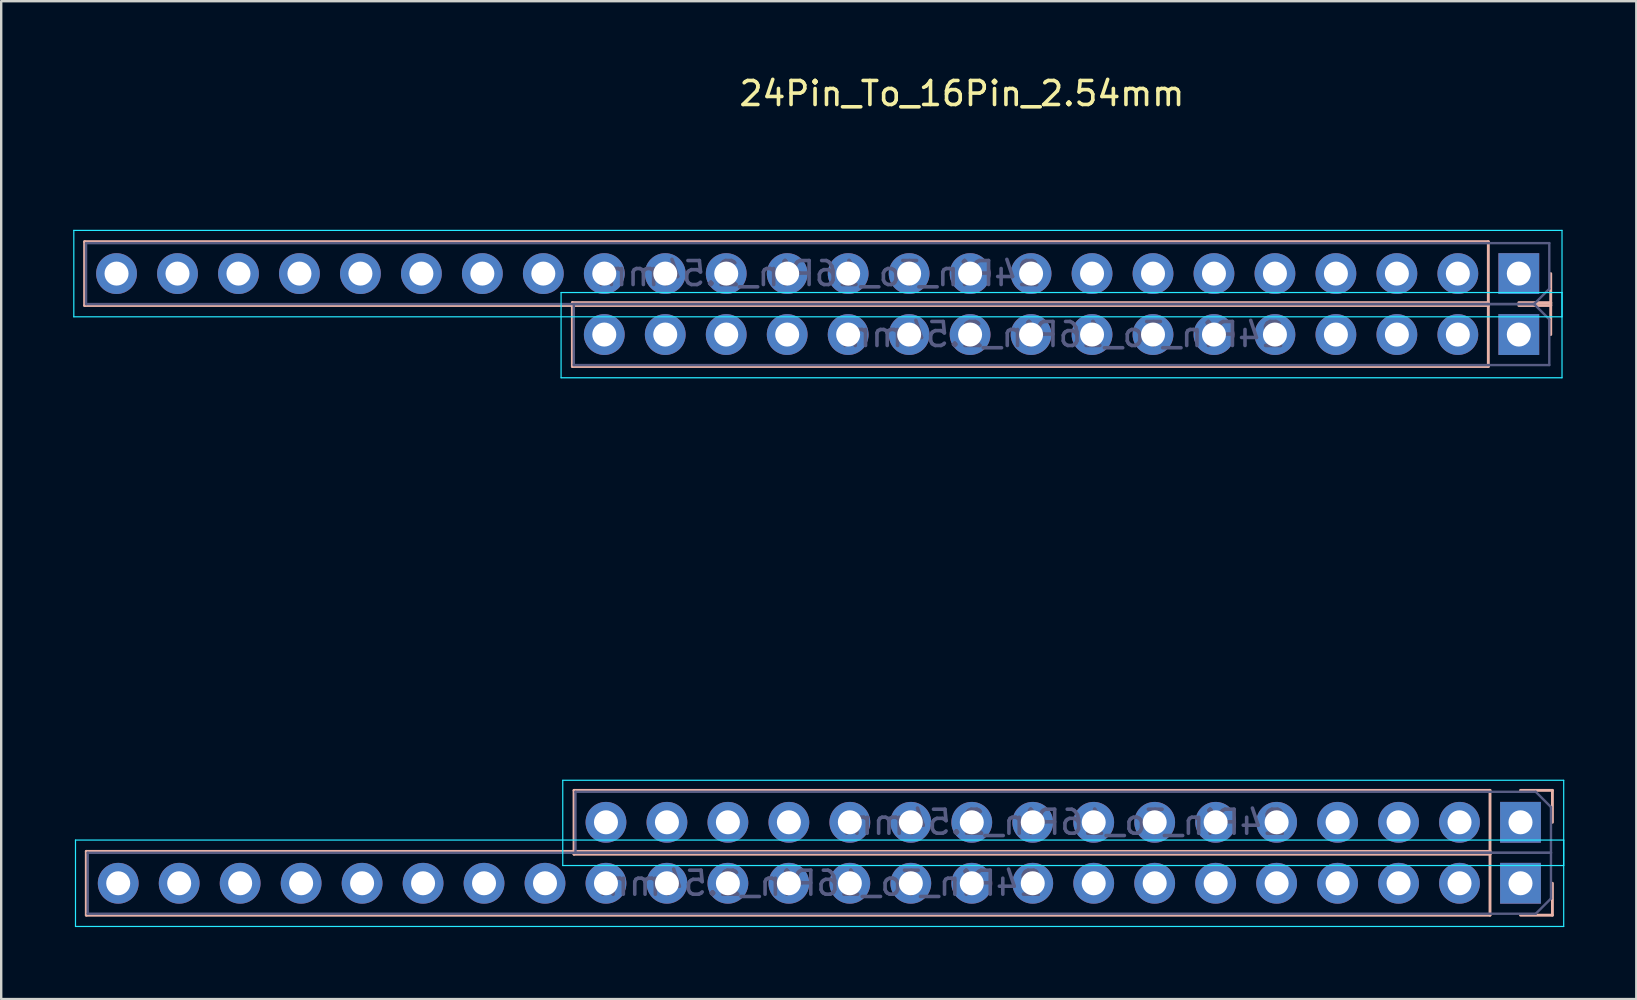
<source format=kicad_pcb>
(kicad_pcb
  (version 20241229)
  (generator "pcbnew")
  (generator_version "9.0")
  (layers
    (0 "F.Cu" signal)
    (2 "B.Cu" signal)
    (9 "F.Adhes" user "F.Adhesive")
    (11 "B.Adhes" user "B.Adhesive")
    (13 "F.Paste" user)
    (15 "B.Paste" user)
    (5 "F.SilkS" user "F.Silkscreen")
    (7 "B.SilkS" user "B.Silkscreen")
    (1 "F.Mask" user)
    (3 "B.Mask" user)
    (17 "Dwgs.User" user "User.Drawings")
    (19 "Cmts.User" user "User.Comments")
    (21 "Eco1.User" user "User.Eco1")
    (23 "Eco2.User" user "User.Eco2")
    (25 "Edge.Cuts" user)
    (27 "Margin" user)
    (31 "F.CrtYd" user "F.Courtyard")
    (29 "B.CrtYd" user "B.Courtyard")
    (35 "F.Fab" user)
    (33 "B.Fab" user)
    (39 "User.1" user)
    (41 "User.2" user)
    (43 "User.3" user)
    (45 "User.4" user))
  (footprint "24Pin_To_16Pin_2.54mm"
    (layer "F.Cu")
    (at 37.025 21.348)
    (property "Reference" "24Pin_To_16Pin_2.54mm" (at 0 -20.5 0) (unlocked yes) (layer "F.SilkS") (effects (font (size 1 1) (thickness 0.15))))
    (attr through_hole)
    (fp_line (start -36.55 -11.67) (end -36.55 -14.33) (stroke (width 0.12) (type solid)) (layer "B.SilkS"))
    (fp_line (start -36.48 13.73) (end -36.48 11.07) (stroke (width 0.12) (type solid)) (layer "B.SilkS"))
    (fp_line (start -16.23 -9.13) (end -16.23 -11.79) (stroke (width 0.12) (type solid)) (layer "B.SilkS"))
    (fp_line (start -16.16 11.19) (end -16.16 8.53) (stroke (width 0.12) (type solid)) (layer "B.SilkS"))
    (fp_line (start 21.93 -14.33) (end -36.55 -14.33) (stroke (width 0.12) (type solid)) (layer "B.SilkS"))
    (fp_line (start 21.93 -11.79) (end -16.23 -11.79) (stroke (width 0.12) (type solid)) (layer "B.SilkS"))
    (fp_line (start 21.93 -11.67) (end -36.55 -11.67) (stroke (width 0.12) (type solid)) (layer "B.SilkS"))
    (fp_line (start 21.93 -11.67) (end 21.93 -14.33) (stroke (width 0.12) (type solid)) (layer "B.SilkS"))
    (fp_line (start 21.93 -9.13) (end -16.23 -9.13) (stroke (width 0.12) (type solid)) (layer "B.SilkS"))
    (fp_line (start 21.93 -9.13) (end 21.93 -11.79) (stroke (width 0.12) (type solid)) (layer "B.SilkS"))
    (fp_line (start 22 8.53) (end -16.16 8.53) (stroke (width 0.12) (type solid)) (layer "B.SilkS"))
    (fp_line (start 22 11.07) (end -36.48 11.07) (stroke (width 0.12) (type solid)) (layer "B.SilkS"))
    (fp_line (start 22 11.19) (end -16.16 11.19) (stroke (width 0.12) (type solid)) (layer "B.SilkS"))
    (fp_line (start 22 11.19) (end 22 8.53) (stroke (width 0.12) (type solid)) (layer "B.SilkS"))
    (fp_line (start 22 13.73) (end -36.48 13.73) (stroke (width 0.12) (type solid)) (layer "B.SilkS"))
    (fp_line (start 22 13.73) (end 22 11.07) (stroke (width 0.12) (type solid)) (layer "B.SilkS"))
    (fp_line (start 23.2 -11.67) (end 24.53 -11.67) (stroke (width 0.12) (type solid)) (layer "B.SilkS"))
    (fp_line (start 23.27 13.73) (end 24.6 13.73) (stroke (width 0.12) (type solid)) (layer "B.SilkS"))
    (fp_line (start 24.53 -11.79) (end 23.2 -11.79) (stroke (width 0.12) (type solid)) (layer "B.SilkS"))
    (fp_line (start 24.53 -11.67) (end 24.53 -13) (stroke (width 0.12) (type solid)) (layer "B.SilkS"))
    (fp_line (start 24.53 -10.46) (end 24.53 -11.79) (stroke (width 0.12) (type solid)) (layer "B.SilkS"))
    (fp_line (start 24.6 8.53) (end 23.27 8.53) (stroke (width 0.12) (type solid)) (layer "B.SilkS"))
    (fp_line (start 24.6 9.86) (end 24.6 8.53) (stroke (width 0.12) (type solid)) (layer "B.SilkS"))
    (fp_line (start 24.6 13.73) (end 24.6 12.4) (stroke (width 0.12) (type solid)) (layer "B.SilkS"))
    (fp_line (start -37 -14.8) (end 25 -14.8) (stroke (width 0.05) (type solid)) (layer "B.CrtYd"))
    (fp_line (start -37 -11.2) (end -37 -14.8) (stroke (width 0.05) (type solid)) (layer "B.CrtYd"))
    (fp_line (start -36.93 10.6) (end 25.07 10.6) (stroke (width 0.05) (type solid)) (layer "B.CrtYd"))
    (fp_line (start -36.93 14.2) (end -36.93 10.6) (stroke (width 0.05) (type solid)) (layer "B.CrtYd"))
    (fp_line (start -16.7 -12.21) (end -16.7 -8.66) (stroke (width 0.05) (type solid)) (layer "B.CrtYd"))
    (fp_line (start -16.7 -8.66) (end 25 -8.66) (stroke (width 0.05) (type solid)) (layer "B.CrtYd"))
    (fp_line (start -16.63 8.11) (end -16.63 11.66) (stroke (width 0.05) (type solid)) (layer "B.CrtYd"))
    (fp_line (start -16.63 11.66) (end 25.07 11.66) (stroke (width 0.05) (type solid)) (layer "B.CrtYd"))
    (fp_line (start 25 -14.8) (end 25 -11.2) (stroke (width 0.05) (type solid)) (layer "B.CrtYd"))
    (fp_line (start 25 -12.21) (end -16.7 -12.21) (stroke (width 0.05) (type solid)) (layer "B.CrtYd"))
    (fp_line (start 25 -11.2) (end -37 -11.2) (stroke (width 0.05) (type solid)) (layer "B.CrtYd"))
    (fp_line (start 25 -8.66) (end 25 -12.21) (stroke (width 0.05) (type solid)) (layer "B.CrtYd"))
    (fp_line (start 25.07 8.11) (end -16.63 8.11) (stroke (width 0.05) (type solid)) (layer "B.CrtYd"))
    (fp_line (start 25.07 10.6) (end 25.07 14.2) (stroke (width 0.05) (type solid)) (layer "B.CrtYd"))
    (fp_line (start 25.07 11.66) (end 25.07 8.11) (stroke (width 0.05) (type solid)) (layer "B.CrtYd"))
    (fp_line (start 25.07 14.2) (end -36.93 14.2) (stroke (width 0.05) (type solid)) (layer "B.CrtYd"))
    (fp_line (start -36.49 -14.27) (end -36.49 -11.73) (stroke (width 0.1) (type solid)) (layer "B.Fab"))
    (fp_line (start -36.49 -11.73) (end 23.835 -11.73) (stroke (width 0.1) (type solid)) (layer "B.Fab"))
    (fp_line (start -36.42 11.13) (end -36.42 13.67) (stroke (width 0.1) (type solid)) (layer "B.Fab"))
    (fp_line (start -36.42 13.67) (end 23.905 13.67) (stroke (width 0.1) (type solid)) (layer "B.Fab"))
    (fp_line (start -16.17 -11.73) (end -16.17 -9.19) (stroke (width 0.1) (type solid)) (layer "B.Fab"))
    (fp_line (start -16.17 -9.19) (end 24.47 -9.19) (stroke (width 0.1) (type solid)) (layer "B.Fab"))
    (fp_line (start -16.1 8.59) (end -16.1 11.13) (stroke (width 0.1) (type solid)) (layer "B.Fab"))
    (fp_line (start -16.1 11.13) (end 24.54 11.13) (stroke (width 0.1) (type solid)) (layer "B.Fab"))
    (fp_line (start 23.835 -11.73) (end -16.17 -11.73) (stroke (width 0.1) (type solid)) (layer "B.Fab"))
    (fp_line (start 23.835 -11.73) (end 24.47 -12.365) (stroke (width 0.1) (type solid)) (layer "B.Fab"))
    (fp_line (start 23.905 8.59) (end -16.1 8.59) (stroke (width 0.1) (type solid)) (layer "B.Fab"))
    (fp_line (start 23.905 13.67) (end 24.54 13.035) (stroke (width 0.1) (type solid)) (layer "B.Fab"))
    (fp_line (start 24.47 -14.27) (end -36.49 -14.27) (stroke (width 0.1) (type solid)) (layer "B.Fab"))
    (fp_line (start 24.47 -12.365) (end 24.47 -14.27) (stroke (width 0.1) (type solid)) (layer "B.Fab"))
    (fp_line (start 24.47 -11.095) (end 23.835 -11.73) (stroke (width 0.1) (type solid)) (layer "B.Fab"))
    (fp_line (start 24.47 -9.19) (end 24.47 -11.095) (stroke (width 0.1) (type solid)) (layer "B.Fab"))
    (fp_line (start 24.54 9.225) (end 23.905 8.59) (stroke (width 0.1) (type solid)) (layer "B.Fab"))
    (fp_line (start 24.54 11.13) (end -36.42 11.13) (stroke (width 0.1) (type solid)) (layer "B.Fab"))
    (fp_line (start 24.54 11.13) (end 24.54 9.225) (stroke (width 0.1) (type solid)) (layer "B.Fab"))
    (fp_line (start 24.54 13.035) (end 24.54 11.13) (stroke (width 0.1) (type solid)) (layer "B.Fab"))
    (fp_text user "${REFERENCE}" (at 4.15 -10.46 0) (layer "B.Fab") (effects (font (size 1 1) (thickness 0.15)) (justify mirror)))
    (fp_text user "${REFERENCE}" (at 4.22 9.86 0) (layer "B.Fab") (effects (font (size 1 1) (thickness 0.15)) (justify mirror)))
    (fp_text user "${REFERENCE}" (at -6.01 -13 0) (layer "B.Fab") (effects (font (size 1 1) (thickness 0.15)) (justify mirror)))
    (fp_text user "${REFERENCE}" (at -5.94 12.4 0) (layer "B.Fab") (effects (font (size 1 1) (thickness 0.15)) (justify mirror)))
    (pad "1" thru_hole rect (at 23.27 9.86 90) (size 1.7 1.7) (drill 1) (layers "*.Cu" "*.Mask"))
    (pad "1" thru_hole rect (at 23.27 12.4 90) (size 1.7 1.7) (drill 1) (layers "*.Cu" "*.Mask"))
    (pad "2" thru_hole oval (at 20.73 9.86 90) (size 1.7 1.7) (drill 1) (layers "*.Cu" "*.Mask"))
    (pad "2" thru_hole oval (at 20.73 12.4 90) (size 1.7 1.7) (drill 1) (layers "*.Cu" "*.Mask"))
    (pad "3" thru_hole oval (at 18.19 9.86 90) (size 1.7 1.7) (drill 1) (layers "*.Cu" "*.Mask"))
    (pad "3" thru_hole oval (at 18.19 12.4 90) (size 1.7 1.7) (drill 1) (layers "*.Cu" "*.Mask"))
    (pad "4" thru_hole oval (at 15.65 9.86 90) (size 1.7 1.7) (drill 1) (layers "*.Cu" "*.Mask"))
    (pad "4" thru_hole oval (at 15.65 12.4 90) (size 1.7 1.7) (drill 1) (layers "*.Cu" "*.Mask"))
    (pad "5" thru_hole oval (at 13.11 9.86 90) (size 1.7 1.7) (drill 1) (layers "*.Cu" "*.Mask"))
    (pad "5" thru_hole oval (at 13.11 12.4 90) (size 1.7 1.7) (drill 1) (layers "*.Cu" "*.Mask"))
    (pad "6" thru_hole oval (at 10.57 9.86 90) (size 1.7 1.7) (drill 1) (layers "*.Cu" "*.Mask"))
    (pad "6" thru_hole oval (at 10.57 12.4 90) (size 1.7 1.7) (drill 1) (layers "*.Cu" "*.Mask"))
    (pad "7" thru_hole oval (at 8.03 9.86 90) (size 1.7 1.7) (drill 1) (layers "*.Cu" "*.Mask"))
    (pad "7" thru_hole oval (at 8.03 12.4 90) (size 1.7 1.7) (drill 1) (layers "*.Cu" "*.Mask"))
    (pad "8" thru_hole oval (at 5.49 9.86 90) (size 1.7 1.7) (drill 1) (layers "*.Cu" "*.Mask"))
    (pad "8" thru_hole oval (at 5.49 12.4 90) (size 1.7 1.7) (drill 1) (layers "*.Cu" "*.Mask"))
    (pad "9" thru_hole oval (at 2.95 9.86 90) (size 1.7 1.7) (drill 1) (layers "*.Cu" "*.Mask"))
    (pad "9" thru_hole oval (at 2.95 12.4 90) (size 1.7 1.7) (drill 1) (layers "*.Cu" "*.Mask"))
    (pad "10" thru_hole oval (at 0.41 9.86 90) (size 1.7 1.7) (drill 1) (layers "*.Cu" "*.Mask"))
    (pad "10" thru_hole oval (at 0.41 12.4 90) (size 1.7 1.7) (drill 1) (layers "*.Cu" "*.Mask"))
    (pad "11" thru_hole oval (at -2.13 9.86 90) (size 1.7 1.7) (drill 1) (layers "*.Cu" "*.Mask"))
    (pad "11" thru_hole oval (at -2.13 12.4 90) (size 1.7 1.7) (drill 1) (layers "*.Cu" "*.Mask"))
    (pad "12" thru_hole oval (at -4.67 9.86 90) (size 1.7 1.7) (drill 1) (layers "*.Cu" "*.Mask"))
    (pad "12" thru_hole oval (at -4.67 12.4 90) (size 1.7 1.7) (drill 1) (layers "*.Cu" "*.Mask"))
    (pad "13" thru_hole oval (at -7.21 9.86 90) (size 1.7 1.7) (drill 1) (layers "*.Cu" "*.Mask"))
    (pad "13" thru_hole oval (at -7.21 12.4 90) (size 1.7 1.7) (drill 1) (layers "*.Cu" "*.Mask"))
    (pad "14" thru_hole oval (at -9.75 9.86 90) (size 1.7 1.7) (drill 1) (layers "*.Cu" "*.Mask"))
    (pad "14" thru_hole oval (at -9.75 12.4 90) (size 1.7 1.7) (drill 1) (layers "*.Cu" "*.Mask"))
    (pad "15" thru_hole oval (at -12.29 9.86 90) (size 1.7 1.7) (drill 1) (layers "*.Cu" "*.Mask"))
    (pad "15" thru_hole oval (at -12.29 12.4 90) (size 1.7 1.7) (drill 1) (layers "*.Cu" "*.Mask"))
    (pad "16" thru_hole oval (at -14.83 9.86 90) (size 1.7 1.7) (drill 1) (layers "*.Cu" "*.Mask"))
    (pad "16" thru_hole oval (at -14.83 12.4 90) (size 1.7 1.7) (drill 1) (layers "*.Cu" "*.Mask"))
    (pad "17" thru_hole oval (at -17.37 12.4 90) (size 1.7 1.7) (drill 1) (layers "*.Cu" "*.Mask"))
    (pad "18" thru_hole oval (at -19.91 12.4 90) (size 1.7 1.7) (drill 1) (layers "*.Cu" "*.Mask"))
    (pad "19" thru_hole oval (at -22.45 12.4 90) (size 1.7 1.7) (drill 1) (layers "*.Cu" "*.Mask"))
    (pad "20" thru_hole oval (at -24.99 12.4 90) (size 1.7 1.7) (drill 1) (layers "*.Cu" "*.Mask"))
    (pad "21" thru_hole oval (at -27.53 12.4 90) (size 1.7 1.7) (drill 1) (layers "*.Cu" "*.Mask"))
    (pad "22" thru_hole oval (at -30.07 12.4 90) (size 1.7 1.7) (drill 1) (layers "*.Cu" "*.Mask"))
    (pad "23" thru_hole oval (at -32.61 12.4 90) (size 1.7 1.7) (drill 1) (layers "*.Cu" "*.Mask"))
    (pad "24" thru_hole oval (at -35.15 12.4 90) (size 1.7 1.7) (drill 1) (layers "*.Cu" "*.Mask"))
    (pad "25" thru_hole rect (at 23.2 -13 90) (size 1.7 1.7) (drill 1) (layers "*.Cu" "*.Mask"))
    (pad "25" thru_hole rect (at 23.2 -10.46 90) (size 1.7 1.7) (drill 1) (layers "*.Cu" "*.Mask"))
    (pad "26" thru_hole oval (at 20.66 -13 90) (size 1.7 1.7) (drill 1) (layers "*.Cu" "*.Mask"))
    (pad "26" thru_hole oval (at 20.66 -10.46 90) (size 1.7 1.7) (drill 1) (layers "*.Cu" "*.Mask"))
    (pad "27" thru_hole oval (at 18.12 -13 90) (size 1.7 1.7) (drill 1) (layers "*.Cu" "*.Mask"))
    (pad "27" thru_hole oval (at 18.12 -10.46 90) (size 1.7 1.7) (drill 1) (layers "*.Cu" "*.Mask"))
    (pad "28" thru_hole oval (at 15.58 -13 90) (size 1.7 1.7) (drill 1) (layers "*.Cu" "*.Mask"))
    (pad "28" thru_hole oval (at 15.58 -10.46 90) (size 1.7 1.7) (drill 1) (layers "*.Cu" "*.Mask"))
    (pad "29" thru_hole oval (at 13.04 -13 90) (size 1.7 1.7) (drill 1) (layers "*.Cu" "*.Mask"))
    (pad "29" thru_hole oval (at 13.04 -10.46 90) (size 1.7 1.7) (drill 1) (layers "*.Cu" "*.Mask"))
    (pad "30" thru_hole oval (at 10.5 -13 90) (size 1.7 1.7) (drill 1) (layers "*.Cu" "*.Mask"))
    (pad "30" thru_hole oval (at 10.5 -10.46 90) (size 1.7 1.7) (drill 1) (layers "*.Cu" "*.Mask"))
    (pad "31" thru_hole oval (at 7.96 -13 90) (size 1.7 1.7) (drill 1) (layers "*.Cu" "*.Mask"))
    (pad "31" thru_hole oval (at 7.96 -10.46 90) (size 1.7 1.7) (drill 1) (layers "*.Cu" "*.Mask"))
    (pad "32" thru_hole oval (at 5.42 -13 90) (size 1.7 1.7) (drill 1) (layers "*.Cu" "*.Mask"))
    (pad "32" thru_hole oval (at 5.42 -10.46 90) (size 1.7 1.7) (drill 1) (layers "*.Cu" "*.Mask"))
    (pad "33" thru_hole oval (at 2.88 -13 90) (size 1.7 1.7) (drill 1) (layers "*.Cu" "*.Mask"))
    (pad "33" thru_hole oval (at 2.88 -10.46 90) (size 1.7 1.7) (drill 1) (layers "*.Cu" "*.Mask"))
    (pad "34" thru_hole oval (at 0.34 -13 90) (size 1.7 1.7) (drill 1) (layers "*.Cu" "*.Mask"))
    (pad "34" thru_hole oval (at 0.34 -10.46 90) (size 1.7 1.7) (drill 1) (layers "*.Cu" "*.Mask"))
    (pad "35" thru_hole oval (at -2.2 -13 90) (size 1.7 1.7) (drill 1) (layers "*.Cu" "*.Mask"))
    (pad "35" thru_hole oval (at -2.2 -10.46 90) (size 1.7 1.7) (drill 1) (layers "*.Cu" "*.Mask"))
    (pad "36" thru_hole oval (at -4.74 -13 90) (size 1.7 1.7) (drill 1) (layers "*.Cu" "*.Mask"))
    (pad "36" thru_hole oval (at -4.74 -10.46 90) (size 1.7 1.7) (drill 1) (layers "*.Cu" "*.Mask"))
    (pad "37" thru_hole oval (at -7.28 -13 90) (size 1.7 1.7) (drill 1) (layers "*.Cu" "*.Mask"))
    (pad "37" thru_hole oval (at -7.28 -10.46 90) (size 1.7 1.7) (drill 1) (layers "*.Cu" "*.Mask"))
    (pad "38" thru_hole oval (at -9.82 -13 90) (size 1.7 1.7) (drill 1) (layers "*.Cu" "*.Mask"))
    (pad "38" thru_hole oval (at -9.82 -10.46 90) (size 1.7 1.7) (drill 1) (layers "*.Cu" "*.Mask"))
    (pad "39" thru_hole oval (at -12.36 -13 90) (size 1.7 1.7) (drill 1) (layers "*.Cu" "*.Mask"))
    (pad "39" thru_hole oval (at -12.36 -10.46 90) (size 1.7 1.7) (drill 1) (layers "*.Cu" "*.Mask"))
    (pad "40" thru_hole oval (at -14.9 -13 90) (size 1.7 1.7) (drill 1) (layers "*.Cu" "*.Mask"))
    (pad "40" thru_hole oval (at -14.9 -10.46 90) (size 1.7 1.7) (drill 1) (layers "*.Cu" "*.Mask"))
    (pad "41" thru_hole oval (at -17.44 -13 90) (size 1.7 1.7) (drill 1) (layers "*.Cu" "*.Mask"))
    (pad "42" thru_hole oval (at -19.98 -13 90) (size 1.7 1.7) (drill 1) (layers "*.Cu" "*.Mask"))
    (pad "43" thru_hole oval (at -22.52 -13 90) (size 1.7 1.7) (drill 1) (layers "*.Cu" "*.Mask"))
    (pad "44" thru_hole oval (at -25.06 -13 90) (size 1.7 1.7) (drill 1) (layers "*.Cu" "*.Mask"))
    (pad "45" thru_hole oval (at -27.6 -13 90) (size 1.7 1.7) (drill 1) (layers "*.Cu" "*.Mask"))
    (pad "46" thru_hole oval (at -30.14 -13 90) (size 1.7 1.7) (drill 1) (layers "*.Cu" "*.Mask"))
    (pad "47" thru_hole oval (at -32.68 -13 90) (size 1.7 1.7) (drill 1) (layers "*.Cu" "*.Mask"))
    (pad "48" thru_hole oval (at -35.22 -13 90) (size 1.7 1.7) (drill 1) (layers "*.Cu" "*.Mask")))
  (gr_rect
    (start -3 -3)
    (end 65.12 38.573)
    (stroke (width 0.1) (type default))
    (fill no)
    (layer "Edge.Cuts")))
</source>
